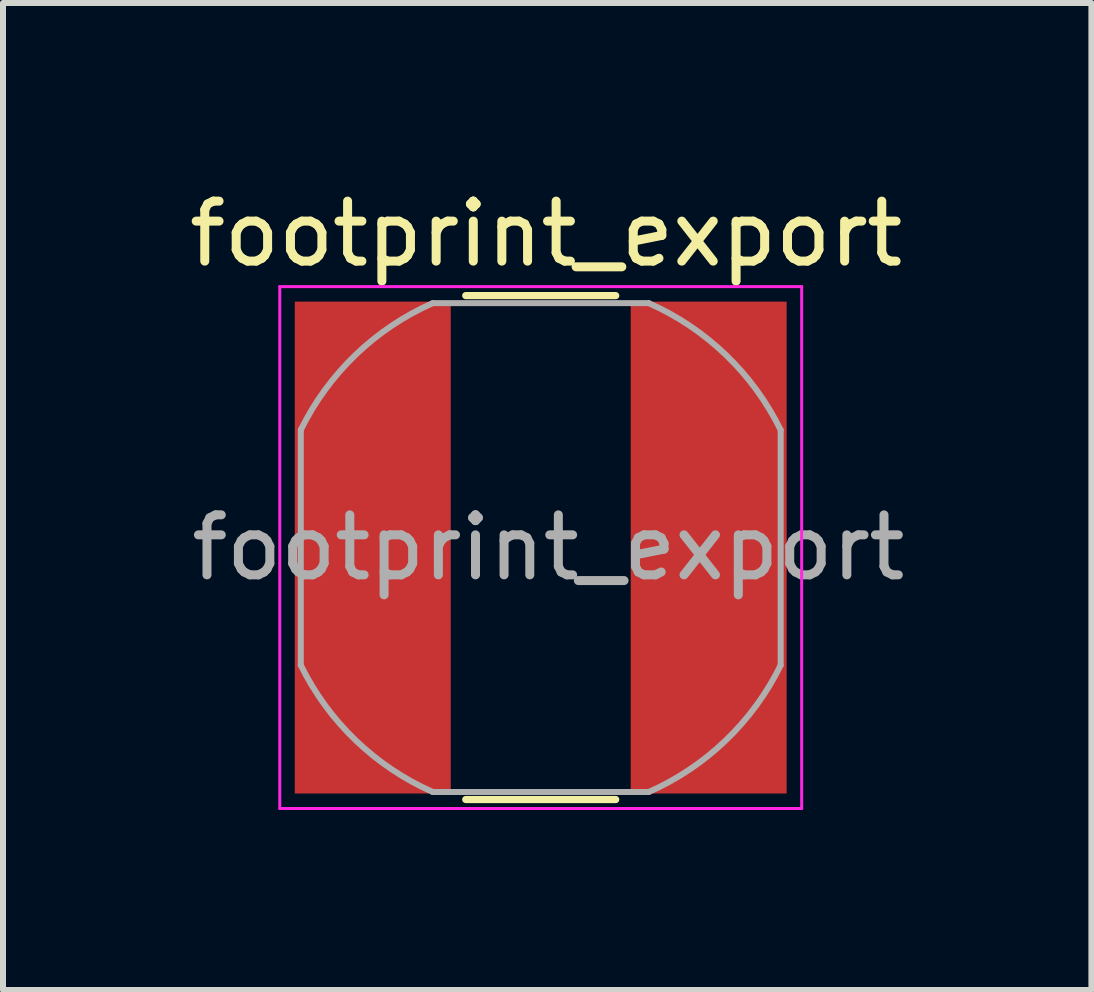
<source format=kicad_pcb>
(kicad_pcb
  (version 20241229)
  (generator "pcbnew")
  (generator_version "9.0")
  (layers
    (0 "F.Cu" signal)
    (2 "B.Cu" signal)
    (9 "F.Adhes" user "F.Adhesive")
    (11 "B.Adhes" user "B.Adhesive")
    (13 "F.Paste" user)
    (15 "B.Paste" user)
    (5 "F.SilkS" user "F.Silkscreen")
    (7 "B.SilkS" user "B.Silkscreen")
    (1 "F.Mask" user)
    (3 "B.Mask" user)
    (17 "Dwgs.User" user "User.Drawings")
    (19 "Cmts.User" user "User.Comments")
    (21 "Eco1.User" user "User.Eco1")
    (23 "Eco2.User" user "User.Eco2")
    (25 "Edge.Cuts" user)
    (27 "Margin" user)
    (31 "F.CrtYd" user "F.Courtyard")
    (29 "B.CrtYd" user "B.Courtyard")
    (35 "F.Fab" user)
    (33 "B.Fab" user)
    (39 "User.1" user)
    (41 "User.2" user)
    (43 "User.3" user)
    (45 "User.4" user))
  (footprint "footprint_export"
    (layer "F.Cu")
    (at 5.964 6.078)
    (property "Reference" "footprint_export" (at 0.09 -5.23 0) (layer "F.SilkS") (effects (font (size 1 1) (thickness 0.15))))
    (attr smd)
    (fp_line (start -1.25 4.2) (end 1.25 4.2) (stroke (width 0.12) (type solid)) (layer "F.SilkS"))
    (fp_line (start 1.25 -4.2) (end -1.25 -4.2) (stroke (width 0.12) (type solid)) (layer "F.SilkS"))
    (fp_line (start -4.35 -4.35) (end -4.35 4.35) (stroke (width 0.05) (type solid)) (layer "F.CrtYd"))
    (fp_line (start -4.35 -4.35) (end 4.35 -4.35) (stroke (width 0.05) (type solid)) (layer "F.CrtYd"))
    (fp_line (start -4.35 4.35) (end 4.35 4.35) (stroke (width 0.05) (type solid)) (layer "F.CrtYd"))
    (fp_line (start 4.35 -4.35) (end 4.35 4.35) (stroke (width 0.05) (type solid)) (layer "F.CrtYd"))
    (fp_line (start -4 -1.96) (end -4 1.96) (stroke (width 0.1) (type solid)) (layer "F.Fab"))
    (fp_line (start -1.8 -4.075) (end 1.8 -4.075) (stroke (width 0.1) (type solid)) (layer "F.Fab"))
    (fp_line (start 1.8 4.075) (end -1.8 4.075) (stroke (width 0.1) (type solid)) (layer "F.Fab"))
    (fp_line (start 4 -1.96) (end 4 1.96) (stroke (width 0.1) (type solid)) (layer "F.Fab"))
    (fp_arc (start -3.99824 -1.964613) (mid -3.085179 -3.213611) (end -1.8 -4.075) (stroke (width 0.1) (type solid)) (layer "F.Fab"))
    (fp_arc (start -1.804314 4.072598) (mid -3.088411 3.209878) (end -4 1.96) (stroke (width 0.1) (type solid)) (layer "F.Fab"))
    (fp_arc (start 1.799817 -4.074587) (mid 3.086639 -3.211582) (end 4 -1.96) (stroke (width 0.1) (type solid)) (layer "F.Fab"))
    (fp_arc (start 3.99824 1.964613) (mid 3.085179 3.213611) (end 1.8 4.075) (stroke (width 0.1) (type solid)) (layer "F.Fab"))
    (fp_text user "${REFERENCE}" (at 0.127 0 0) (layer "F.Fab") (effects (font (size 1 1) (thickness 0.15))))
    (pad "1" smd rect (at -2.8 0) (size 2.6 8.2) (layers "F.Cu" "F.Mask" "F.Paste"))
    (pad "2" smd rect (at 2.8 0) (size 2.6 8.2) (layers "F.Cu" "F.Mask" "F.Paste")))
  (gr_rect
    (start -3 -3)
    (end 15.144 13.453)
    (stroke (width 0.1) (type default))
    (fill no)
    (layer "Edge.Cuts")))
</source>
